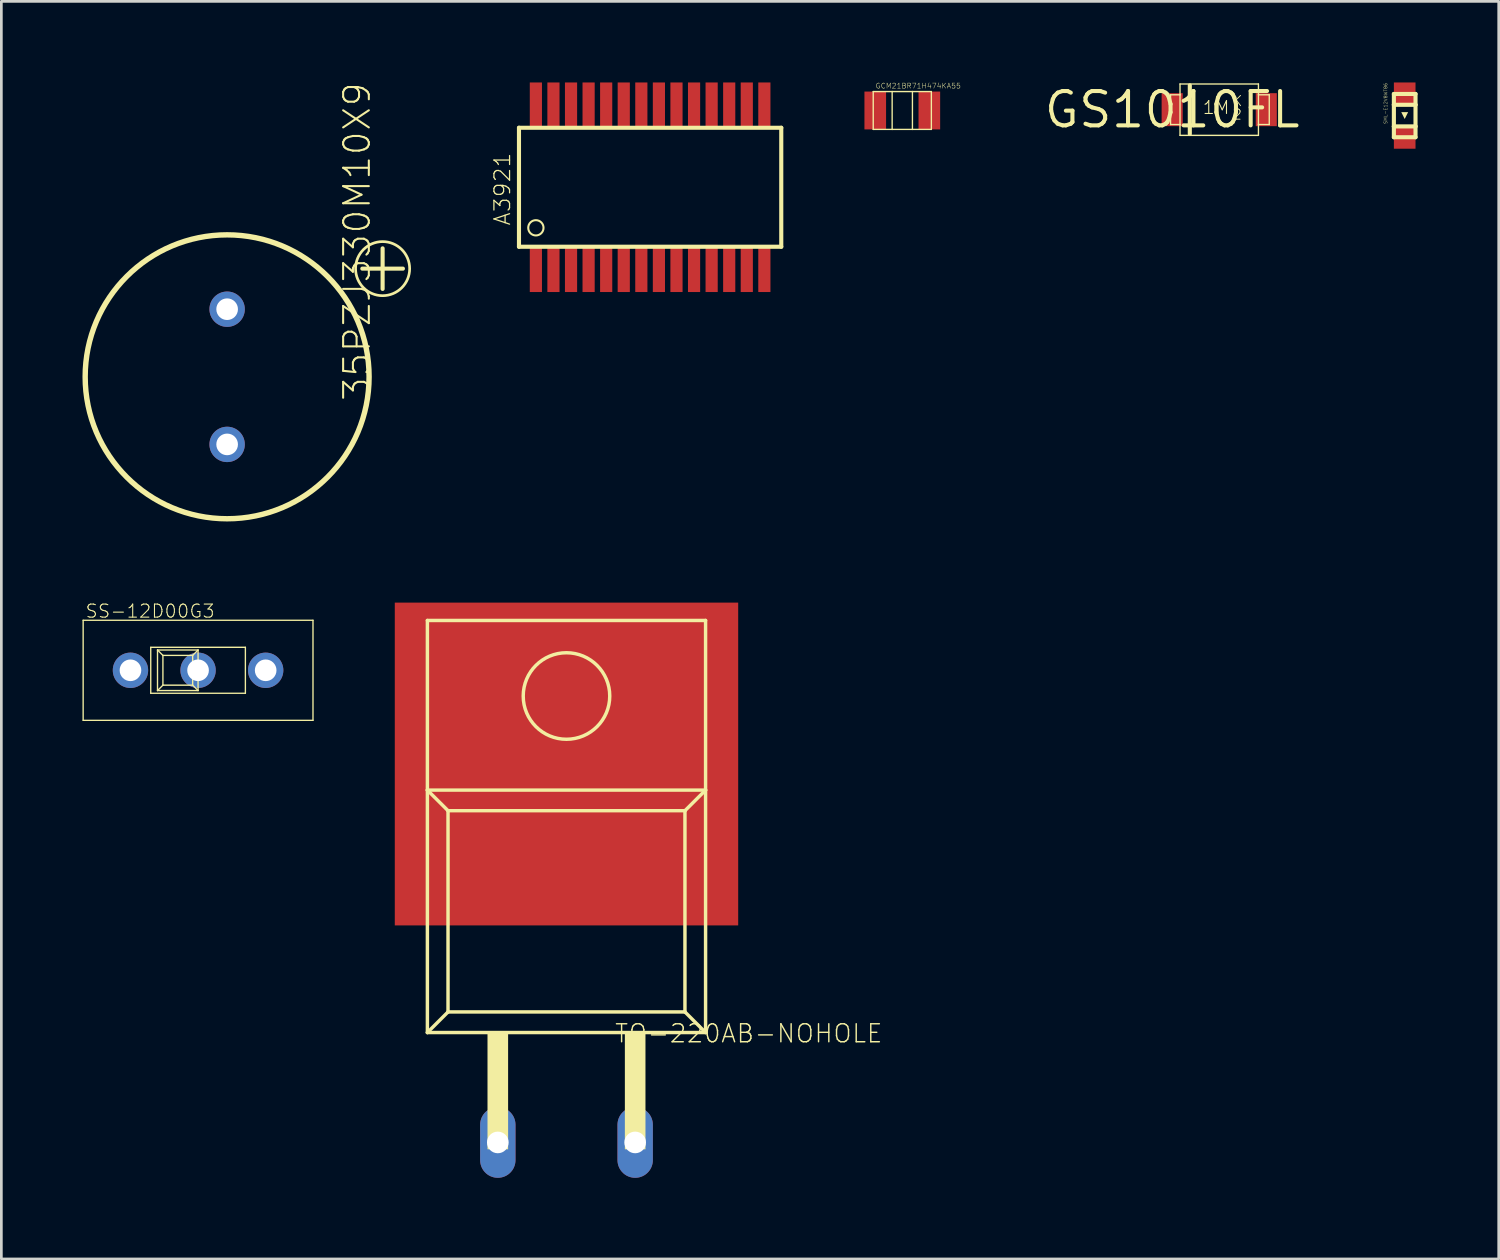
<source format=kicad_pcb>
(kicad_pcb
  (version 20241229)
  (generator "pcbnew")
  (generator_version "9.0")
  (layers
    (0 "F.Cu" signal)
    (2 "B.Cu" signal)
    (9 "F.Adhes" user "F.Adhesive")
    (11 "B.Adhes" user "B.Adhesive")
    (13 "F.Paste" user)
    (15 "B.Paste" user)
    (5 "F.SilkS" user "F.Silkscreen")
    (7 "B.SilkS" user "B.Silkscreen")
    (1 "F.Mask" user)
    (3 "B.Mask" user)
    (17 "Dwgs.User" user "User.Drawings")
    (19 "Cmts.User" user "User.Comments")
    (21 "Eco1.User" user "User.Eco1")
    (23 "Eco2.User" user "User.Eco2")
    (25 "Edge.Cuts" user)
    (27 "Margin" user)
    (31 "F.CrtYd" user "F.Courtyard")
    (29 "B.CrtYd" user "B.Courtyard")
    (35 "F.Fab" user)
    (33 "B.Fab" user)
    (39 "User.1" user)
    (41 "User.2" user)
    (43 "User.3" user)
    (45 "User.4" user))
  (footprint "SS-12D00G3"
    (layer "F.Cu")
    (at 4.275 21.739)
    (property "Reference" "SS-12D00G3" (at -4.191 -1.905 180) (layer "F.SilkS") (effects (font (size 0.483 0.483) (thickness 0.039)) (justify left bottom)))
    (attr through_hole)
    (fp_line (start -4.25 -1.85) (end -4.25 1.85) (stroke (width 0.05) (type solid)) (layer "F.SilkS"))
    (fp_line (start -4.25 1.85) (end 4.25 1.85) (stroke (width 0.05) (type solid)) (layer "F.SilkS"))
    (fp_line (start -1.75 -0.85) (end -1.75 0.85) (stroke (width 0.05) (type solid)) (layer "F.SilkS"))
    (fp_line (start -1.75 0.85) (end 1.75 0.85) (stroke (width 0.05) (type solid)) (layer "F.SilkS"))
    (fp_line (start -1.5 -0.75) (end -1.5 0.75) (stroke (width 0.05) (type solid)) (layer "F.SilkS"))
    (fp_line (start -1.5 0.75) (end 0 0.75) (stroke (width 0.05) (type solid)) (layer "F.SilkS"))
    (fp_line (start -1.3 -0.55) (end -1.5 -0.75) (stroke (width 0.05) (type solid)) (layer "F.SilkS"))
    (fp_line (start -1.3 -0.55) (end -1.3 0.55) (stroke (width 0.05) (type solid)) (layer "F.SilkS"))
    (fp_line (start -1.3 0.55) (end -1.5 0.75) (stroke (width 0.05) (type solid)) (layer "F.SilkS"))
    (fp_line (start -1.3 0.55) (end -0.2 0.55) (stroke (width 0.05) (type solid)) (layer "F.SilkS"))
    (fp_line (start -0.2 -0.55) (end -1.3 -0.55) (stroke (width 0.05) (type solid)) (layer "F.SilkS"))
    (fp_line (start -0.2 -0.55) (end 0 -0.75) (stroke (width 0.05) (type solid)) (layer "F.SilkS"))
    (fp_line (start -0.2 0.55) (end -0.2 -0.55) (stroke (width 0.05) (type solid)) (layer "F.SilkS"))
    (fp_line (start -0.2 0.55) (end 0 0.75) (stroke (width 0.05) (type solid)) (layer "F.SilkS"))
    (fp_line (start 0 -0.75) (end -1.5 -0.75) (stroke (width 0.05) (type solid)) (layer "F.SilkS"))
    (fp_line (start 0 0.75) (end 0 -0.75) (stroke (width 0.05) (type solid)) (layer "F.SilkS"))
    (fp_line (start 1.75 -0.85) (end -1.75 -0.85) (stroke (width 0.05) (type solid)) (layer "F.SilkS"))
    (fp_line (start 1.75 0.85) (end 1.75 -0.85) (stroke (width 0.05) (type solid)) (layer "F.SilkS"))
    (fp_line (start 4.25 -1.85) (end -4.25 -1.85) (stroke (width 0.05) (type solid)) (layer "F.SilkS"))
    (fp_line (start 4.25 1.85) (end 4.25 -1.85) (stroke (width 0.05) (type solid)) (layer "F.SilkS"))
    (pad "C" thru_hole circle (at 0 0) (size 1.308 1.308) (drill 0.8) (layers "*.Cu" "*.Mask"))
    (pad "L" thru_hole circle (at -2.5 0) (size 1.308 1.308) (drill 0.8) (layers "*.Cu" "*.Mask"))
    (pad "R" thru_hole circle (at 2.5 0) (size 1.308 1.308) (drill 0.8) (layers "*.Cu" "*.Mask")))
  (footprint "A3921"
    (layer "F.Cu")
    (at 16.768 6.025)
    (property "Reference" "A3921" (at -0.9 -0.7 270) (layer "F.SilkS") (effects (font (size 0.579 0.579) (thickness 0.046)) (justify left bottom)))
    (attr through_hole)
    (fp_line (start -0.625 -4.35) (end 9.075 -4.35) (stroke (width 0.152) (type solid)) (layer "F.SilkS"))
    (fp_line (start -0.625 0.05) (end -0.625 -4.35) (stroke (width 0.152) (type solid)) (layer "F.SilkS"))
    (fp_line (start 9.075 -4.35) (end 9.075 0.05) (stroke (width 0.152) (type solid)) (layer "F.SilkS"))
    (fp_line (start 9.075 0.05) (end -0.625 0.05) (stroke (width 0.152) (type solid)) (layer "F.SilkS"))
    (fp_circle (center 0 -0.65) (end 0.283 -0.65) (stroke (width 0.076) (type solid)) (fill no) (layer "F.SilkS"))
    (pad "1" smd rect (at 0 0.9) (size 0.45 1.65) (layers "F.Cu" "F.Mask" "F.Paste"))
    (pad "2" smd rect (at 0.65 0.9) (size 0.45 1.65) (layers "F.Cu" "F.Mask" "F.Paste"))
    (pad "3" smd rect (at 1.3 0.9) (size 0.45 1.65) (layers "F.Cu" "F.Mask" "F.Paste"))
    (pad "4" smd rect (at 1.95 0.9) (size 0.45 1.65) (layers "F.Cu" "F.Mask" "F.Paste"))
    (pad "5" smd rect (at 2.6 0.9) (size 0.45 1.65) (layers "F.Cu" "F.Mask" "F.Paste"))
    (pad "6" smd rect (at 3.25 0.9) (size 0.45 1.65) (layers "F.Cu" "F.Mask" "F.Paste"))
    (pad "7" smd rect (at 3.9 0.9) (size 0.45 1.65) (layers "F.Cu" "F.Mask" "F.Paste"))
    (pad "8" smd rect (at 4.55 0.9) (size 0.45 1.65) (layers "F.Cu" "F.Mask" "F.Paste"))
    (pad "9" smd rect (at 5.2 0.9) (size 0.45 1.65) (layers "F.Cu" "F.Mask" "F.Paste"))
    (pad "10" smd rect (at 5.85 0.9) (size 0.45 1.65) (layers "F.Cu" "F.Mask" "F.Paste"))
    (pad "11" smd rect (at 6.5 0.9) (size 0.45 1.65) (layers "F.Cu" "F.Mask" "F.Paste"))
    (pad "12" smd rect (at 7.15 0.9) (size 0.45 1.65) (layers "F.Cu" "F.Mask" "F.Paste"))
    (pad "13" smd rect (at 7.8 0.9) (size 0.45 1.65) (layers "F.Cu" "F.Mask" "F.Paste"))
    (pad "14" smd rect (at 8.45 0.9) (size 0.45 1.65) (layers "F.Cu" "F.Mask" "F.Paste"))
    (pad "15" smd rect (at 8.45 -5.2) (size 0.45 1.65) (layers "F.Cu" "F.Mask" "F.Paste"))
    (pad "16" smd rect (at 7.8 -5.2) (size 0.45 1.65) (layers "F.Cu" "F.Mask" "F.Paste"))
    (pad "17" smd rect (at 7.15 -5.2) (size 0.45 1.65) (layers "F.Cu" "F.Mask" "F.Paste"))
    (pad "18" smd rect (at 6.5 -5.2) (size 0.45 1.65) (layers "F.Cu" "F.Mask" "F.Paste"))
    (pad "19" smd rect (at 5.85 -5.2) (size 0.45 1.65) (layers "F.Cu" "F.Mask" "F.Paste"))
    (pad "20" smd rect (at 5.2 -5.2) (size 0.45 1.65) (layers "F.Cu" "F.Mask" "F.Paste"))
    (pad "21" smd rect (at 4.55 -5.2) (size 0.45 1.65) (layers "F.Cu" "F.Mask" "F.Paste"))
    (pad "22" smd rect (at 3.9 -5.2) (size 0.45 1.65) (layers "F.Cu" "F.Mask" "F.Paste"))
    (pad "23" smd rect (at 3.25 -5.2) (size 0.45 1.65) (layers "F.Cu" "F.Mask" "F.Paste"))
    (pad "24" smd rect (at 2.6 -5.2) (size 0.45 1.65) (layers "F.Cu" "F.Mask" "F.Paste"))
    (pad "25" smd rect (at 1.95 -5.2) (size 0.45 1.65) (layers "F.Cu" "F.Mask" "F.Paste"))
    (pad "26" smd rect (at 1.3 -5.2) (size 0.45 1.65) (layers "F.Cu" "F.Mask" "F.Paste"))
    (pad "27" smd rect (at 0.65 -5.2) (size 0.45 1.65) (layers "F.Cu" "F.Mask" "F.Paste"))
    (pad "28" smd rect (at 0 -5.2) (size 0.45 1.65) (layers "F.Cu" "F.Mask" "F.Paste")))
  (footprint "SML-E12V8WT86"
    (layer "F.Cu")
    (at 48.899 2.05)
    (property "Reference" "SML-E12V8WT86" (at -0.635 -0.508 270) (layer "F.SilkS") (effects (font (size 0.121 0.121) (thickness 0.01)) (justify left bottom)))
    (attr through_hole)
    (fp_line (start -0.4 -1.625) (end -0.4 -1.225) (stroke (width 0.152) (type solid)) (layer "F.SilkS"))
    (fp_line (start -0.4 -1.225) (end -0.4 -0.425) (stroke (width 0.152) (type solid)) (layer "F.SilkS"))
    (fp_line (start -0.4 -1.225) (end 0.4 -1.225) (stroke (width 0.152) (type solid)) (layer "F.SilkS"))
    (fp_line (start -0.4 -0.425) (end -0.4 -0.025) (stroke (width 0.152) (type solid)) (layer "F.SilkS"))
    (fp_line (start -0.4 -0.425) (end 0.4 -0.425) (stroke (width 0.152) (type solid)) (layer "F.SilkS"))
    (fp_line (start -0.4 -0.025) (end 0.4 -0.025) (stroke (width 0.152) (type solid)) (layer "F.SilkS"))
    (fp_line (start 0.4 -1.625) (end -0.4 -1.625) (stroke (width 0.152) (type solid)) (layer "F.SilkS"))
    (fp_line (start 0.4 -1.225) (end 0.4 -1.625) (stroke (width 0.152) (type solid)) (layer "F.SilkS"))
    (fp_line (start 0.4 -0.425) (end 0.4 -1.225) (stroke (width 0.152) (type solid)) (layer "F.SilkS"))
    (fp_line (start 0.4 -0.025) (end 0.4 -0.425) (stroke (width 0.152) (type solid)) (layer "F.SilkS"))
    (fp_poly (pts (xy -0.127 -0.953) (xy 0.127 -0.953) (xy 0 -0.699)) (stroke (width 0) (type solid)) (fill yes) (layer "F.SilkS"))
    (pad "A" smd rect (at 0 -1.65) (size 0.8 0.8) (layers "F.Cu" "F.Mask" "F.Paste"))
    (pad "K" smd rect (at 0 0) (size 0.8 0.8) (layers "F.Cu" "F.Mask" "F.Paste")))
  (footprint "TO-220AB-NOHOLE"
    (layer "F.Cu")
    (at 17.9 34.12)
    (property "Reference" "TO-220AB-NOHOLE" (at 1.75 1.44 180) (layer "F.SilkS") (effects (font (size 0.665 0.665) (thickness 0.053)) (justify left bottom)))
    (attr through_hole)
    (fp_line (start -5.144 -14.224) (end 5.144 -14.224) (stroke (width 0.127) (type solid)) (layer "F.SilkS"))
    (fp_line (start -5.144 -7.95) (end -5.144 -14.224) (stroke (width 0.127) (type solid)) (layer "F.SilkS"))
    (fp_line (start -5.144 -7.95) (end -5.144 1.016) (stroke (width 0.127) (type solid)) (layer "F.SilkS"))
    (fp_line (start -5.144 -7.95) (end -4.381 -7.188) (stroke (width 0.127) (type solid)) (layer "F.SilkS"))
    (fp_line (start -5.144 1.016) (end -4.381 0.254) (stroke (width 0.127) (type solid)) (layer "F.SilkS"))
    (fp_line (start -5.144 1.016) (end 5.144 1.016) (stroke (width 0.127) (type solid)) (layer "F.SilkS"))
    (fp_line (start -4.381 -7.188) (end -4.381 0.254) (stroke (width 0.127) (type solid)) (layer "F.SilkS"))
    (fp_line (start -4.381 0.254) (end 4.381 0.254) (stroke (width 0.127) (type solid)) (layer "F.SilkS"))
    (fp_line (start 4.381 -7.188) (end -4.381 -7.188) (stroke (width 0.127) (type solid)) (layer "F.SilkS"))
    (fp_line (start 4.381 0.254) (end 4.381 -7.188) (stroke (width 0.127) (type solid)) (layer "F.SilkS"))
    (fp_line (start 5.144 -14.224) (end 5.144 -7.95) (stroke (width 0.127) (type solid)) (layer "F.SilkS"))
    (fp_line (start 5.144 -7.95) (end -5.144 -7.95) (stroke (width 0.127) (type solid)) (layer "F.SilkS"))
    (fp_line (start 5.144 -7.95) (end 4.381 -7.188) (stroke (width 0.127) (type solid)) (layer "F.SilkS"))
    (fp_line (start 5.144 1.016) (end 4.381 0.254) (stroke (width 0.127) (type solid)) (layer "F.SilkS"))
    (fp_line (start 5.144 1.016) (end 5.144 -7.95) (stroke (width 0.127) (type solid)) (layer "F.SilkS"))
    (fp_circle (center 0 -11.43) (end 1.6 -11.43) (stroke (width 0.127) (type solid)) (fill no) (layer "F.SilkS"))
    (fp_poly (pts (xy -2.921 5.334) (xy -2.159 5.334) (xy -2.159 1.016) (xy -2.921 1.016)) (stroke (width 0) (type solid)) (fill yes) (layer "F.SilkS"))
    (fp_poly (pts (xy 2.159 5.334) (xy 2.921 5.334) (xy 2.921 1.016) (xy 2.159 1.016)) (stroke (width 0) (type solid)) (fill yes) (layer "F.SilkS"))
    (pad "DRAIN" smd rect (at 0 -8.915) (size 12.7 11.938) (layers "F.Cu" "F.Mask" "F.Paste"))
    (pad "GATE" thru_hole oval (at -2.54 5.08 90) (size 2.616 1.308) (drill 0.8) (layers "*.Cu" "*.Mask"))
    (pad "SOURCE" thru_hole oval (at 2.54 5.08 90) (size 2.616 1.308) (drill 0.8) (layers "*.Cu" "*.Mask")))
  (footprint "35PZJ330M10X9"
    (layer "F.Cu")
    (at 5.35 10.885)
    (property "Reference" "35PZJ330M10X9" (at 5.36 0.96 270) (layer "F.SilkS") (effects (font (size 0.95 0.95) (thickness 0.076)) (justify left bottom)))
    (attr through_hole)
    (fp_line (start 5 -4) (end 6.5 -4) (stroke (width 0.152) (type solid)) (layer "F.SilkS"))
    (fp_line (start 5.75 -4.75) (end 5.75 -3.25) (stroke (width 0.152) (type solid)) (layer "F.SilkS"))
    (fp_circle (center 0 0) (end 5.25 0) (stroke (width 0.2) (type solid)) (fill no) (layer "F.SilkS"))
    (fp_circle (center 5.75 -4) (end 6.75 -4) (stroke (width 0.1) (type solid)) (fill no) (layer "F.SilkS"))
    (pad "A" thru_hole circle (at 0 -2.5) (size 1.308 1.308) (drill 0.8) (layers "*.Cu" "*.Mask"))
    (pad "C" thru_hole circle (at 0 2.5) (size 1.308 1.308) (drill 0.8) (layers "*.Cu" "*.Mask")))
  (footprint "GS1010FL"
    (layer "F.Cu")
    (at 40.3 1.006)
    (property "Reference" "GS1010FL" (at 0 0 0) (layer "F.SilkS") (effects (font (size 1.27 1.27) (thickness 0.15))))
    (attr through_hole)
    (fp_line (start -0.06 -0.55) (end 0.29 -0.55) (stroke (width 0.05) (type solid)) (layer "F.SilkS"))
    (fp_line (start -0.06 0.55) (end -0.06 -0.55) (stroke (width 0.05) (type solid)) (layer "F.SilkS"))
    (fp_line (start 0.29 -0.95) (end 0.29 -0.55) (stroke (width 0.05) (type solid)) (layer "F.SilkS"))
    (fp_line (start 0.29 -0.95) (end 3.19 -0.95) (stroke (width 0.05) (type solid)) (layer "F.SilkS"))
    (fp_line (start 0.29 -0.55) (end 0.29 0.55) (stroke (width 0.05) (type solid)) (layer "F.SilkS"))
    (fp_line (start 0.29 0.55) (end -0.06 0.55) (stroke (width 0.05) (type solid)) (layer "F.SilkS"))
    (fp_line (start 0.29 0.55) (end 0.29 0.95) (stroke (width 0.05) (type solid)) (layer "F.SilkS"))
    (fp_line (start 0.652 -0.9) (end 0.652 0.9) (stroke (width 0.152) (type solid)) (layer "F.SilkS"))
    (fp_line (start 3.19 -0.95) (end 3.19 -0.55) (stroke (width 0.05) (type solid)) (layer "F.SilkS"))
    (fp_line (start 3.19 -0.55) (end 3.19 0.55) (stroke (width 0.05) (type solid)) (layer "F.SilkS"))
    (fp_line (start 3.19 0.55) (end 3.19 0.95) (stroke (width 0.05) (type solid)) (layer "F.SilkS"))
    (fp_line (start 3.19 0.55) (end 3.59 0.55) (stroke (width 0.05) (type solid)) (layer "F.SilkS"))
    (fp_line (start 3.19 0.95) (end 0.29 0.95) (stroke (width 0.05) (type solid)) (layer "F.SilkS"))
    (fp_line (start 3.59 -0.55) (end 3.19 -0.55) (stroke (width 0.05) (type solid)) (layer "F.SilkS"))
    (fp_line (start 3.59 0.55) (end 3.59 -0.55) (stroke (width 0.05) (type solid)) (layer "F.SilkS"))
    (fp_text user "1M" (at 1.1 0.2 0) (layer "F.SilkS") (effects (font (size 0.475 0.475) (thickness 0.04)) (justify left bottom)))
    (fp_text user "2" (at 2.2 0.4 0) (layer "F.SilkS") (effects (font (size 0.38 0.38) (thickness 0.032)) (justify left bottom)))
    (fp_text user "K" (at 2.2 -0.1 0) (layer "F.SilkS") (effects (font (size 0.38 0.38) (thickness 0.032)) (justify left bottom)))
    (pad "A" smd rect (at 3.48 0) (size 0.78 1.22) (layers "F.Cu" "F.Mask" "F.Paste"))
    (pad "C" smd rect (at 0 0) (size 0.78 1.22) (layers "F.Cu" "F.Mask" "F.Paste")))
  (footprint "GCM21BR71H474KA55"
    (layer "F.Cu")
    (at 30.319 1.036)
    (property "Reference" "GCM21BR71H474KA55" (at -1 -0.8 0) (layer "F.SilkS") (effects (font (size 0.19 0.19) (thickness 0.015)) (justify left bottom)))
    (attr through_hole)
    (fp_line (start -1.075 -0.7) (end -1.075 0.7) (stroke (width 0.05) (type solid)) (layer "F.SilkS"))
    (fp_line (start -1.075 0.7) (end -0.375 0.7) (stroke (width 0.05) (type solid)) (layer "F.SilkS"))
    (fp_line (start -0.375 -0.7) (end -1.075 -0.7) (stroke (width 0.05) (type solid)) (layer "F.SilkS"))
    (fp_line (start -0.375 -0.7) (end -0.375 0.7) (stroke (width 0.05) (type solid)) (layer "F.SilkS"))
    (fp_line (start -0.375 0.7) (end 0.375 0.7) (stroke (width 0.05) (type solid)) (layer "F.SilkS"))
    (fp_line (start 0.375 -0.7) (end -0.375 -0.7) (stroke (width 0.05) (type solid)) (layer "F.SilkS"))
    (fp_line (start 0.375 0.7) (end 0.375 -0.7) (stroke (width 0.05) (type solid)) (layer "F.SilkS"))
    (fp_line (start 0.375 0.7) (end 1.075 0.7) (stroke (width 0.05) (type solid)) (layer "F.SilkS"))
    (fp_line (start 1.075 -0.7) (end 0.375 -0.7) (stroke (width 0.05) (type solid)) (layer "F.SilkS"))
    (fp_line (start 1.075 0.7) (end 1.075 -0.7) (stroke (width 0.05) (type solid)) (layer "F.SilkS"))
    (pad "P$1" smd rect (at -1 0) (size 0.8 1.4) (layers "F.Cu" "F.Mask" "F.Paste"))
    (pad "P$2" smd rect (at 1 0) (size 0.8 1.4) (layers "F.Cu" "F.Mask" "F.Paste")))
  (gr_rect
    (start -3 -3)
    (end 52.376 43.508)
    (stroke (width 0.1) (type default))
    (fill no)
    (layer "Edge.Cuts")))
</source>
